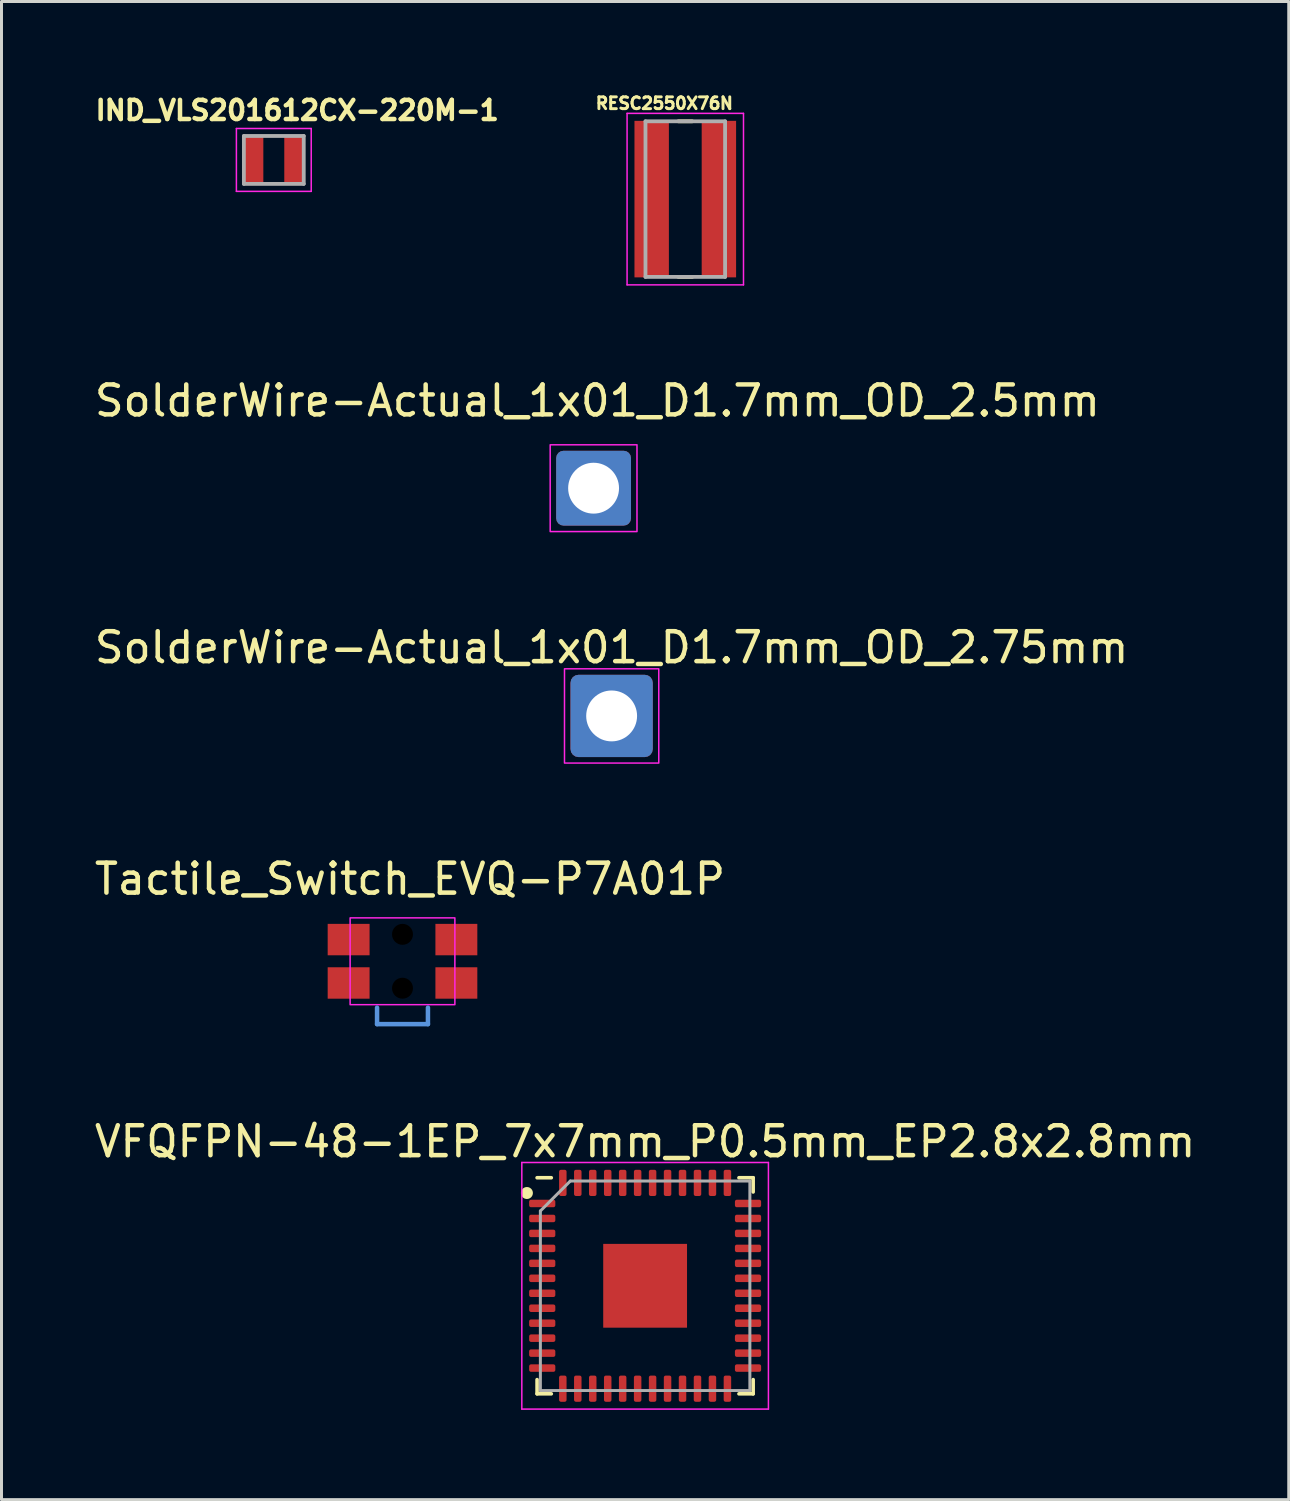
<source format=kicad_pcb>
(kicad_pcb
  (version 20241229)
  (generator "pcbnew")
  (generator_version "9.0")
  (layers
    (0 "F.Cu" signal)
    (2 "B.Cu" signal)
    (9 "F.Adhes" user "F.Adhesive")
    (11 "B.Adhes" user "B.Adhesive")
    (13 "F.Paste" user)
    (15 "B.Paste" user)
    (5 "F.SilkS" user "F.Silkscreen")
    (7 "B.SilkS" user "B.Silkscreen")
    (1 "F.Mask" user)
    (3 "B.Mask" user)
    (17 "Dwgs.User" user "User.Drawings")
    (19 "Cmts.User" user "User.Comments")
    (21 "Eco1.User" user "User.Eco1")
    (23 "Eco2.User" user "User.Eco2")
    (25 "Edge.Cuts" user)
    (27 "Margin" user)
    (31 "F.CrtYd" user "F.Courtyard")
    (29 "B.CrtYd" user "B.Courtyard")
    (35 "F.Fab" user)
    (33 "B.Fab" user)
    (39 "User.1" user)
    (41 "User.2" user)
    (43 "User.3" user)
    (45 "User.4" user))
  (footprint "RESC2550X76N"
    (layer "F.Cu")
    (at 19.848 3.603)
    (property "Reference" "RESC2550X76N" (at -0.7 -3.2 0) (layer "F.SilkS") (effects (font (size 0.394 0.394) (thickness 0.15))))
    (attr through_hole)
    (fp_line (start -0.23 -2.6) (end 0.23 -2.6) (stroke (width 0.127) (type solid)) (layer "F.SilkS"))
    (fp_line (start -0.23 2.6) (end 0.23 2.6) (stroke (width 0.127) (type solid)) (layer "F.SilkS"))
    (fp_line (start -1.945 -2.865) (end 1.945 -2.865) (stroke (width 0.05) (type solid)) (layer "F.CrtYd"))
    (fp_line (start -1.945 2.865) (end -1.945 -2.865) (stroke (width 0.05) (type solid)) (layer "F.CrtYd"))
    (fp_line (start -1.945 2.865) (end 1.945 2.865) (stroke (width 0.05) (type solid)) (layer "F.CrtYd"))
    (fp_line (start 1.945 2.865) (end 1.945 -2.865) (stroke (width 0.05) (type solid)) (layer "F.CrtYd"))
    (fp_line (start -1.33 2.6) (end -1.33 -2.6) (stroke (width 0.127) (type solid)) (layer "F.Fab"))
    (fp_line (start 1.33 -2.6) (end -1.33 -2.6) (stroke (width 0.127) (type solid)) (layer "F.Fab"))
    (fp_line (start 1.33 2.6) (end -1.33 2.6) (stroke (width 0.127) (type solid)) (layer "F.Fab"))
    (fp_line (start 1.33 2.6) (end 1.33 -2.6) (stroke (width 0.127) (type solid)) (layer "F.Fab"))
    (pad "1" smd rect (at -1.123 0) (size 1.15 5.23) (layers "F.Cu" "F.Mask" "F.Paste"))
    (pad "2" smd rect (at 1.123 0) (size 1.15 5.23) (layers "F.Cu" "F.Mask" "F.Paste")))
  (footprint "Tactile_Switch_EVQ-P7A01P"
    (layer "F.Cu")
    (at 10.399 29.07)
    (property "Reference" "Tactile_Switch_EVQ-P7A01P" (at 0.25 -2.75 0) (layer "F.SilkS") (effects (font (size 1 1) (thickness 0.15))))
    (fp_line (start -0.85 1.55) (end -0.85 2.1) (stroke (width 0.15) (type solid)) (layer "Cmts.User"))
    (fp_line (start -0.85 2.1) (end 0.85 2.1) (stroke (width 0.15) (type solid)) (layer "Cmts.User"))
    (fp_line (start 0.85 1.55) (end 0.85 2.1) (stroke (width 0.15) (type solid)) (layer "Cmts.User"))
    (fp_rect (start -1.75 -1.45) (end 1.75 1.45) (stroke (width 0.05) (type solid)) (fill no) (layer "F.CrtYd"))
    (pad "" np_thru_hole circle (at 0 -0.9) (size 0.7 0.7) (drill 0.7) (layers "*.Mask"))
    (pad "" np_thru_hole circle (at 0 0.9) (size 0.7 0.7) (drill 0.7) (layers "*.Mask"))
    (pad "1" smd rect (at -1.8 -0.725) (size 1.4 1.05) (layers "F.Cu" "F.Mask" "F.Paste"))
    (pad "1" smd rect (at 1.8 -0.725) (size 1.4 1.05) (layers "F.Cu" "F.Mask" "F.Paste"))
    (pad "2" smd rect (at -1.8 0.725) (size 1.4 1.05) (layers "F.Cu" "F.Mask" "F.Paste"))
    (pad "2" smd rect (at 1.8 0.725) (size 1.4 1.05) (layers "F.Cu" "F.Mask" "F.Paste")))
  (footprint "SolderWire-Actual_1x01_D1.7mm_OD_2.5mm"
    (layer "F.Cu")
    (at 16.784 13.262)
    (property "Reference" "SolderWire-Actual_1x01_D1.7mm_OD_2.5mm" (at 0.127 -2.921 0) (layer "F.SilkS") (effects (font (size 1 1) (thickness 0.15))))
    (attr exclude_from_pos_files exclude_from_bom)
    (fp_rect (start -1.45 -1.45) (end 1.45 1.45) (stroke (width 0.05) (type solid)) (fill no) (layer "F.CrtYd"))
    (pad "1" thru_hole roundrect (at 0 0) (size 2.5 2.5) (drill 1.7) (layers "*.Cu" "*.Mask") (roundrect_rratio 0.098)))
  (footprint "IND_VLS201612CX-220M-1"
    (layer "F.Cu")
    (at 6.099 2.294)
    (property "Reference" "IND_VLS201612CX-220M-1" (at 0.782 -1.656 0) (layer "F.SilkS") (effects (font (size 0.64 0.64) (thickness 0.15))))
    (attr smd)
    (fp_line (start -1.25 -1.05) (end 1.25 -1.05) (stroke (width 0.05) (type solid)) (layer "F.CrtYd"))
    (fp_line (start -1.25 1.05) (end -1.25 -1.05) (stroke (width 0.05) (type solid)) (layer "F.CrtYd"))
    (fp_line (start 1.25 -1.05) (end 1.25 1.05) (stroke (width 0.05) (type solid)) (layer "F.CrtYd"))
    (fp_line (start 1.25 1.05) (end -1.25 1.05) (stroke (width 0.05) (type solid)) (layer "F.CrtYd"))
    (fp_line (start -1 -0.8) (end -1 0.8) (stroke (width 0.127) (type solid)) (layer "F.Fab"))
    (fp_line (start -1 0.8) (end 1 0.8) (stroke (width 0.127) (type solid)) (layer "F.Fab"))
    (fp_line (start 1 -0.8) (end -1 -0.8) (stroke (width 0.127) (type solid)) (layer "F.Fab"))
    (fp_line (start 1 0.8) (end 1 -0.8) (stroke (width 0.127) (type solid)) (layer "F.Fab"))
    (pad "1" smd rect (at -0.675 0) (size 0.65 1.6) (layers "F.Cu" "F.Mask" "F.Paste"))
    (pad "2" smd rect (at 0.675 0) (size 0.65 1.6) (layers "F.Cu" "F.Mask" "F.Paste")))
  (footprint "VFQFPN-48-1EP_7x7mm_P0.5mm_EP2.8x2.8mm"
    (layer "F.Cu")
    (at 18.506 39.913)
    (property "Reference" "VFQFPN-48-1EP_7x7mm_P0.5mm_EP2.8x2.8mm" (at 0 -4.82 0) (layer "F.SilkS") (effects (font (size 1 1) (thickness 0.15))))
    (attr smd)
    (fp_line (start -3.61 3.61) (end -3.61 3.135) (stroke (width 0.12) (type solid)) (layer "F.SilkS"))
    (fp_line (start -3.135 -3.61) (end -3.61 -3.61) (stroke (width 0.12) (type solid)) (layer "F.SilkS"))
    (fp_line (start -3.135 3.61) (end -3.61 3.61) (stroke (width 0.12) (type solid)) (layer "F.SilkS"))
    (fp_line (start 3.135 -3.61) (end 3.61 -3.61) (stroke (width 0.12) (type solid)) (layer "F.SilkS"))
    (fp_line (start 3.135 3.61) (end 3.61 3.61) (stroke (width 0.12) (type solid)) (layer "F.SilkS"))
    (fp_line (start 3.61 -3.61) (end 3.61 -3.135) (stroke (width 0.12) (type solid)) (layer "F.SilkS"))
    (fp_line (start 3.61 3.61) (end 3.61 3.135) (stroke (width 0.12) (type solid)) (layer "F.SilkS"))
    (fp_circle (center -3.95 -3.1) (end -3.75 -3.1) (stroke (width 0) (type solid)) (fill yes) (layer "F.SilkS"))
    (fp_line (start -4.12 -4.12) (end -4.12 4.12) (stroke (width 0.05) (type solid)) (layer "F.CrtYd"))
    (fp_line (start -4.12 4.12) (end 4.12 4.12) (stroke (width 0.05) (type solid)) (layer "F.CrtYd"))
    (fp_line (start 4.12 -4.12) (end -4.12 -4.12) (stroke (width 0.05) (type solid)) (layer "F.CrtYd"))
    (fp_line (start 4.12 4.12) (end 4.12 -4.12) (stroke (width 0.05) (type solid)) (layer "F.CrtYd"))
    (fp_line (start -3.5 -2.5) (end -2.5 -3.5) (stroke (width 0.1) (type solid)) (layer "F.Fab"))
    (fp_line (start -3.5 3.5) (end -3.5 -2.5) (stroke (width 0.1) (type solid)) (layer "F.Fab"))
    (fp_line (start -2.5 -3.5) (end 3.5 -3.5) (stroke (width 0.1) (type solid)) (layer "F.Fab"))
    (fp_line (start 3.5 -3.5) (end 3.5 3.5) (stroke (width 0.1) (type solid)) (layer "F.Fab"))
    (fp_line (start 3.5 3.5) (end -3.5 3.5) (stroke (width 0.1) (type solid)) (layer "F.Fab"))
    (pad "" smd roundrect (at -0.685 -0.685) (size 1.1 1.1) (layers "F.Paste") (roundrect_rratio 0.227))
    (pad "" smd roundrect (at -0.685 0.685) (size 1.1 1.1) (layers "F.Paste") (roundrect_rratio 0.227))
    (pad "" smd roundrect (at 0.685 -0.685) (size 1.1 1.1) (layers "F.Paste") (roundrect_rratio 0.227))
    (pad "" smd roundrect (at 0.685 0.685) (size 1.1 1.1) (layers "F.Paste") (roundrect_rratio 0.227))
    (pad "1" smd roundrect (at -3.438 -2.75) (size 0.875 0.25) (layers "F.Cu" "F.Mask" "F.Paste") (roundrect_rratio 0.25))
    (pad "2" smd roundrect (at -3.438 -2.25) (size 0.875 0.25) (layers "F.Cu" "F.Mask" "F.Paste") (roundrect_rratio 0.25))
    (pad "3" smd roundrect (at -3.438 -1.75) (size 0.875 0.25) (layers "F.Cu" "F.Mask" "F.Paste") (roundrect_rratio 0.25))
    (pad "4" smd roundrect (at -3.438 -1.25) (size 0.875 0.25) (layers "F.Cu" "F.Mask" "F.Paste") (roundrect_rratio 0.25))
    (pad "5" smd roundrect (at -3.438 -0.75) (size 0.875 0.25) (layers "F.Cu" "F.Mask" "F.Paste") (roundrect_rratio 0.25))
    (pad "6" smd roundrect (at -3.438 -0.25) (size 0.875 0.25) (layers "F.Cu" "F.Mask" "F.Paste") (roundrect_rratio 0.25))
    (pad "7" smd roundrect (at -3.438 0.25) (size 0.875 0.25) (layers "F.Cu" "F.Mask" "F.Paste") (roundrect_rratio 0.25))
    (pad "8" smd roundrect (at -3.438 0.75) (size 0.875 0.25) (layers "F.Cu" "F.Mask" "F.Paste") (roundrect_rratio 0.25))
    (pad "9" smd roundrect (at -3.438 1.25) (size 0.875 0.25) (layers "F.Cu" "F.Mask" "F.Paste") (roundrect_rratio 0.25))
    (pad "10" smd roundrect (at -3.438 1.75) (size 0.875 0.25) (layers "F.Cu" "F.Mask" "F.Paste") (roundrect_rratio 0.25))
    (pad "11" smd roundrect (at -3.438 2.25) (size 0.875 0.25) (layers "F.Cu" "F.Mask" "F.Paste") (roundrect_rratio 0.25))
    (pad "12" smd roundrect (at -3.438 2.75) (size 0.875 0.25) (layers "F.Cu" "F.Mask" "F.Paste") (roundrect_rratio 0.25))
    (pad "13" smd roundrect (at -2.75 3.438) (size 0.25 0.875) (layers "F.Cu" "F.Mask" "F.Paste") (roundrect_rratio 0.25))
    (pad "14" smd roundrect (at -2.25 3.438) (size 0.25 0.875) (layers "F.Cu" "F.Mask" "F.Paste") (roundrect_rratio 0.25))
    (pad "15" smd roundrect (at -1.75 3.438) (size 0.25 0.875) (layers "F.Cu" "F.Mask" "F.Paste") (roundrect_rratio 0.25))
    (pad "16" smd roundrect (at -1.25 3.438) (size 0.25 0.875) (layers "F.Cu" "F.Mask" "F.Paste") (roundrect_rratio 0.25))
    (pad "17" smd roundrect (at -0.75 3.438) (size 0.25 0.875) (layers "F.Cu" "F.Mask" "F.Paste") (roundrect_rratio 0.25))
    (pad "18" smd roundrect (at -0.25 3.438) (size 0.25 0.875) (layers "F.Cu" "F.Mask" "F.Paste") (roundrect_rratio 0.25))
    (pad "19" smd roundrect (at 0.25 3.438) (size 0.25 0.875) (layers "F.Cu" "F.Mask" "F.Paste") (roundrect_rratio 0.25))
    (pad "20" smd roundrect (at 0.75 3.438) (size 0.25 0.875) (layers "F.Cu" "F.Mask" "F.Paste") (roundrect_rratio 0.25))
    (pad "21" smd roundrect (at 1.25 3.438) (size 0.25 0.875) (layers "F.Cu" "F.Mask" "F.Paste") (roundrect_rratio 0.25))
    (pad "22" smd roundrect (at 1.75 3.438) (size 0.25 0.875) (layers "F.Cu" "F.Mask" "F.Paste") (roundrect_rratio 0.25))
    (pad "23" smd roundrect (at 2.25 3.438) (size 0.25 0.875) (layers "F.Cu" "F.Mask" "F.Paste") (roundrect_rratio 0.25))
    (pad "24" smd roundrect (at 2.75 3.438) (size 0.25 0.875) (layers "F.Cu" "F.Mask" "F.Paste") (roundrect_rratio 0.25))
    (pad "25" smd roundrect (at 3.438 2.75) (size 0.875 0.25) (layers "F.Cu" "F.Mask" "F.Paste") (roundrect_rratio 0.25))
    (pad "26" smd roundrect (at 3.438 2.25) (size 0.875 0.25) (layers "F.Cu" "F.Mask" "F.Paste") (roundrect_rratio 0.25))
    (pad "27" smd roundrect (at 3.438 1.75) (size 0.875 0.25) (layers "F.Cu" "F.Mask" "F.Paste") (roundrect_rratio 0.25))
    (pad "28" smd roundrect (at 3.438 1.25) (size 0.875 0.25) (layers "F.Cu" "F.Mask" "F.Paste") (roundrect_rratio 0.25))
    (pad "29" smd roundrect (at 3.438 0.75) (size 0.875 0.25) (layers "F.Cu" "F.Mask" "F.Paste") (roundrect_rratio 0.25))
    (pad "30" smd roundrect (at 3.438 0.25) (size 0.875 0.25) (layers "F.Cu" "F.Mask" "F.Paste") (roundrect_rratio 0.25))
    (pad "31" smd roundrect (at 3.438 -0.25) (size 0.875 0.25) (layers "F.Cu" "F.Mask" "F.Paste") (roundrect_rratio 0.25))
    (pad "32" smd roundrect (at 3.438 -0.75) (size 0.875 0.25) (layers "F.Cu" "F.Mask" "F.Paste") (roundrect_rratio 0.25))
    (pad "33" smd roundrect (at 3.438 -1.25) (size 0.875 0.25) (layers "F.Cu" "F.Mask" "F.Paste") (roundrect_rratio 0.25))
    (pad "34" smd roundrect (at 3.438 -1.75) (size 0.875 0.25) (layers "F.Cu" "F.Mask" "F.Paste") (roundrect_rratio 0.25))
    (pad "35" smd roundrect (at 3.438 -2.25) (size 0.875 0.25) (layers "F.Cu" "F.Mask" "F.Paste") (roundrect_rratio 0.25))
    (pad "36" smd roundrect (at 3.438 -2.75) (size 0.875 0.25) (layers "F.Cu" "F.Mask" "F.Paste") (roundrect_rratio 0.25))
    (pad "37" smd roundrect (at 2.75 -3.438) (size 0.25 0.875) (layers "F.Cu" "F.Mask" "F.Paste") (roundrect_rratio 0.25))
    (pad "38" smd roundrect (at 2.25 -3.438) (size 0.25 0.875) (layers "F.Cu" "F.Mask" "F.Paste") (roundrect_rratio 0.25))
    (pad "39" smd roundrect (at 1.75 -3.438) (size 0.25 0.875) (layers "F.Cu" "F.Mask" "F.Paste") (roundrect_rratio 0.25))
    (pad "40" smd roundrect (at 1.25 -3.438) (size 0.25 0.875) (layers "F.Cu" "F.Mask" "F.Paste") (roundrect_rratio 0.25))
    (pad "41" smd roundrect (at 0.75 -3.438) (size 0.25 0.875) (layers "F.Cu" "F.Mask" "F.Paste") (roundrect_rratio 0.25))
    (pad "42" smd roundrect (at 0.25 -3.438) (size 0.25 0.875) (layers "F.Cu" "F.Mask" "F.Paste") (roundrect_rratio 0.25))
    (pad "43" smd roundrect (at -0.25 -3.438) (size 0.25 0.875) (layers "F.Cu" "F.Mask" "F.Paste") (roundrect_rratio 0.25))
    (pad "44" smd roundrect (at -0.75 -3.438) (size 0.25 0.875) (layers "F.Cu" "F.Mask" "F.Paste") (roundrect_rratio 0.25))
    (pad "45" smd roundrect (at -1.25 -3.438) (size 0.25 0.875) (layers "F.Cu" "F.Mask" "F.Paste") (roundrect_rratio 0.25))
    (pad "46" smd roundrect (at -1.75 -3.438) (size 0.25 0.875) (layers "F.Cu" "F.Mask" "F.Paste") (roundrect_rratio 0.25))
    (pad "47" smd roundrect (at -2.25 -3.438) (size 0.25 0.875) (layers "F.Cu" "F.Mask" "F.Paste") (roundrect_rratio 0.25))
    (pad "48" smd roundrect (at -2.75 -3.438) (size 0.25 0.875) (layers "F.Cu" "F.Mask" "F.Paste") (roundrect_rratio 0.25))
    (pad "49" smd rect (at 0 0) (size 2.8 2.8) (layers "F.Cu" "F.Mask")))
  (footprint "SolderWire-Actual_1x01_D1.7mm_OD_2.75mm"
    (layer "F.Cu")
    (at 17.387 20.872)
    (property "Reference" "SolderWire-Actual_1x01_D1.7mm_OD_2.75mm" (at 0 -2.286 0) (layer "F.SilkS") (effects (font (size 1 1) (thickness 0.15))))
    (attr exclude_from_pos_files exclude_from_bom)
    (fp_rect (start -1.575 -1.575) (end 1.575 1.575) (stroke (width 0.05) (type solid)) (fill no) (layer "F.CrtYd"))
    (pad "1" thru_hole roundrect (at 0 0) (size 2.75 2.75) (drill 1.7) (layers "*.Cu" "*.Mask") (roundrect_rratio 0.098)))
  (gr_rect
    (start -3 -3)
    (end 40.012 47.058)
    (stroke (width 0.1) (type default))
    (fill no)
    (layer "Edge.Cuts")))
</source>
